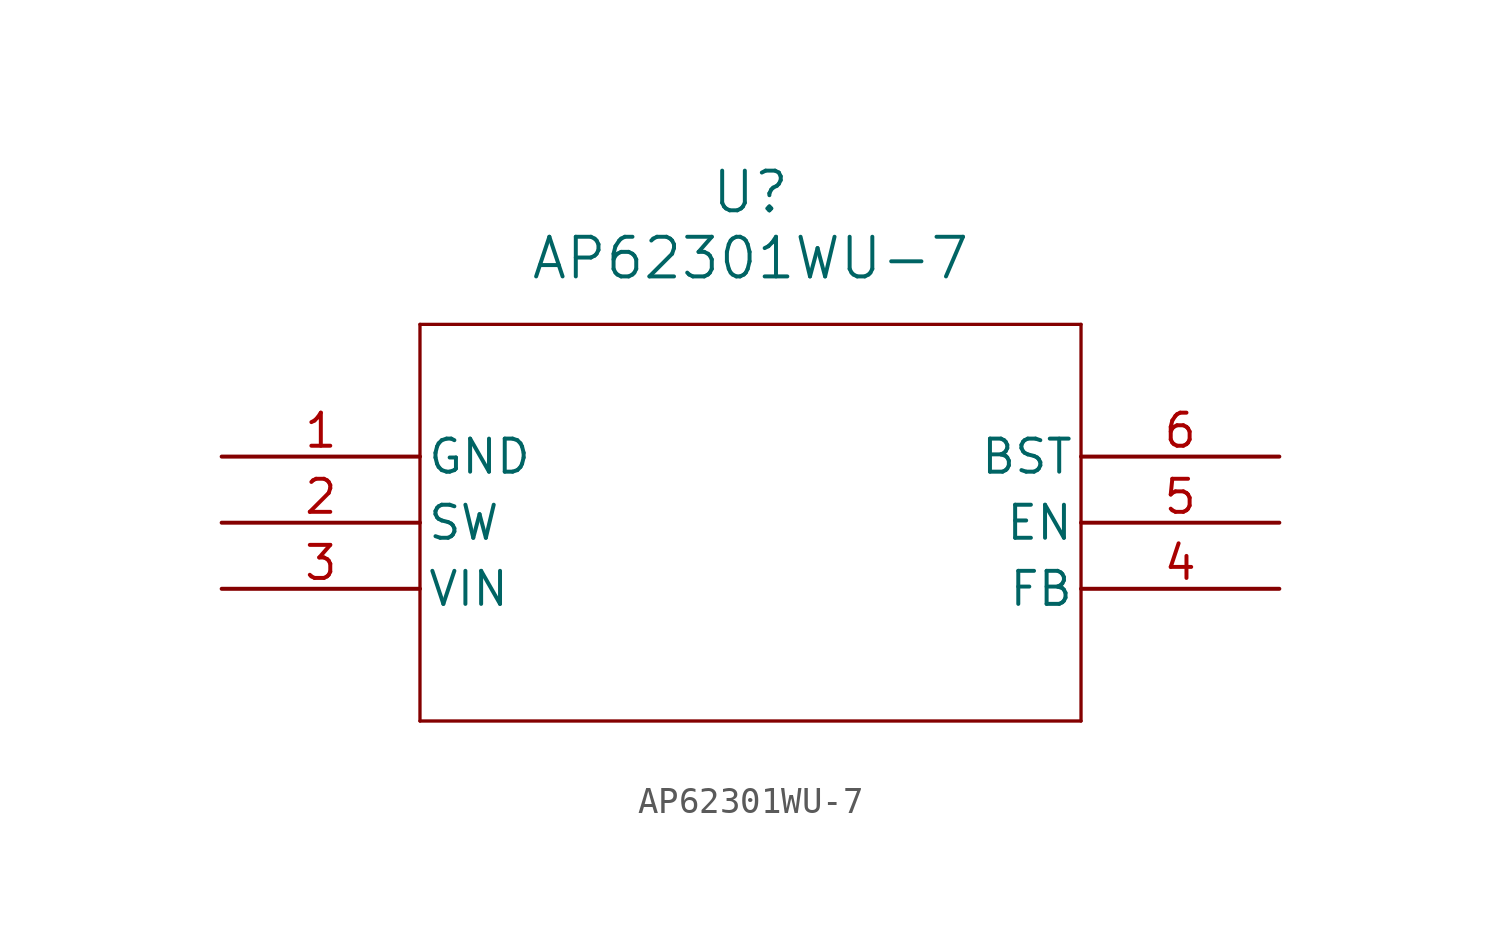
<source format=kicad_sym>
(kicad_symbol_lib
  (version 20211014)
  (generator kicad_symbol_editor)
  (symbol "AP62301WU-7"
    (pin_names
      (offset 0.254))
    (property "Reference" "U"
      (at 20.32 10.16 0)
      (effects (font (size 1.524 1.524))))
    (property "Value" "AP62301WU-7"
      (at 20.32 7.62 0)
      (effects (font (size 1.524 1.524))))
    (symbol "AP62301WU-7_0_1"
      (polyline (pts (xy 7.62 5.08) (xy 7.62 -10.16)) (stroke (width 0.127) (type default) (color 0 0 0 0)) (fill (type none)))
      (polyline (pts (xy 7.62 -10.16) (xy 33.02 -10.16)) (stroke (width 0.127) (type default) (color 0 0 0 0)) (fill (type none)))
      (polyline (pts (xy 33.02 -10.16) (xy 33.02 5.08)) (stroke (width 0.127) (type default) (color 0 0 0 0)) (fill (type none)))
      (polyline (pts (xy 33.02 5.08) (xy 7.62 5.08)) (stroke (width 0.127) (type default) (color 0 0 0 0)) (fill (type none)))
      (pin power_out line (at 0 0 0) (length 7.62) (name "GND" (effects (font (size 1.27 1.27)))) (number "1" (effects (font (size 1.27 1.27)))))
      (pin output line (at 0 -2.54 0) (length 7.62) (name "SW" (effects (font (size 1.27 1.27)))) (number "2" (effects (font (size 1.27 1.27)))))
      (pin power_in line (at 0 -5.08 0) (length 7.62) (name "VIN" (effects (font (size 1.27 1.27)))) (number "3" (effects (font (size 1.27 1.27)))))
      (pin input line (at 40.64 -5.08 180) (length 7.62) (name "FB" (effects (font (size 1.27 1.27)))) (number "4" (effects (font (size 1.27 1.27)))))
      (pin input line (at 40.64 -2.54 180) (length 7.62) (name "EN" (effects (font (size 1.27 1.27)))) (number "5" (effects (font (size 1.27 1.27)))))
      (pin power_in line (at 40.64 0 180) (length 7.62) (name "BST" (effects (font (size 1.27 1.27)))) (number "6" (effects (font (size 1.27 1.27))))))))
</source>
